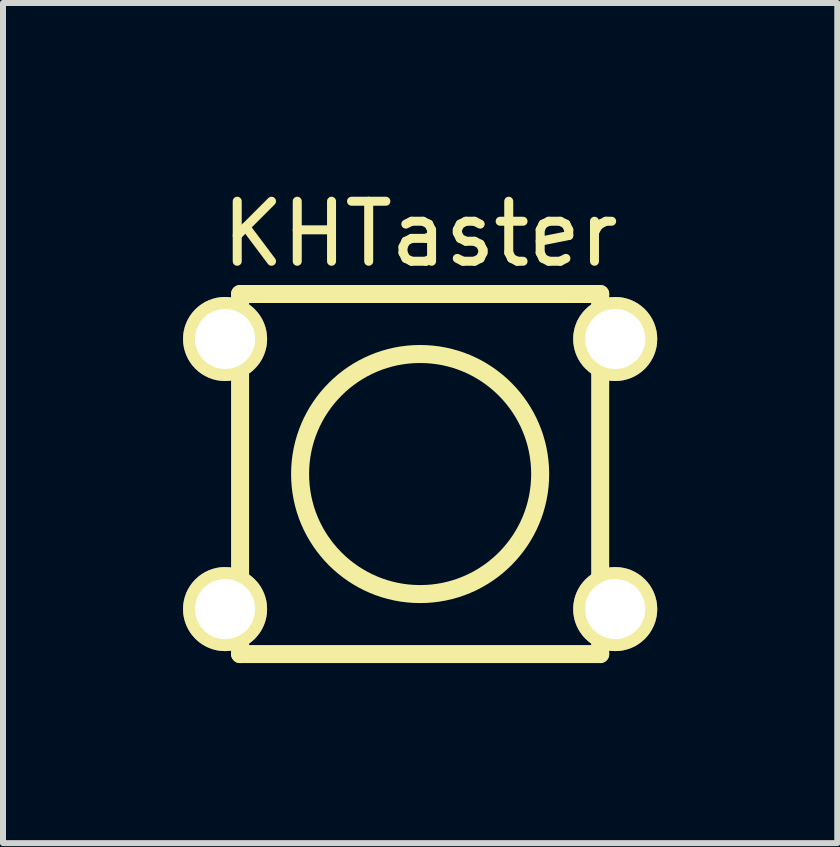
<source format=kicad_pcb>
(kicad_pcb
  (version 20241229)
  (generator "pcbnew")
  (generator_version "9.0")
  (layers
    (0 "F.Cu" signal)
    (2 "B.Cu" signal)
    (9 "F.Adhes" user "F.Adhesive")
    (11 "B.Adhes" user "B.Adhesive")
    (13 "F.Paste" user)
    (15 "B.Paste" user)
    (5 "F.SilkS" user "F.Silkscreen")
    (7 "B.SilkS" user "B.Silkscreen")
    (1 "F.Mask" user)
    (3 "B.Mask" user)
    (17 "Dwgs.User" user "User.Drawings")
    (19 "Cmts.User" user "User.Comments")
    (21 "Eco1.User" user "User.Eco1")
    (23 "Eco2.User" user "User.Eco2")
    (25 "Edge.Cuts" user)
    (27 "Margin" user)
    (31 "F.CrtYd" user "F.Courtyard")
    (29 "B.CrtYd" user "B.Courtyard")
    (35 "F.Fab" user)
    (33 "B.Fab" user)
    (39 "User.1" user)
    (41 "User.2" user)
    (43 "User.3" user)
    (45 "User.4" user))
  (footprint "KHTaster"
    (layer "F.Cu")
    (at 3.95 4.848)
    (property "Reference" "KHTaster" (at 0 -4 0) (layer "F.SilkS") (effects (font (size 1 1) (thickness 0.15))))
    (attr through_hole)
    (fp_line (start -3 -3) (end -3 3) (stroke (width 0.3) (type solid)) (layer "F.SilkS"))
    (fp_line (start -3 3) (end 3 3) (stroke (width 0.3) (type solid)) (layer "F.SilkS"))
    (fp_line (start 3 -3) (end -3 -3) (stroke (width 0.3) (type solid)) (layer "F.SilkS"))
    (fp_line (start 3 3) (end 3 -3) (stroke (width 0.3) (type solid)) (layer "F.SilkS"))
    (fp_circle (center 0 0) (end 0 -2) (stroke (width 0.3) (type solid)) (fill no) (layer "F.SilkS"))
    (pad "1" thru_hole circle (at 3.25 2.25) (size 1.4 1.4) (drill 1) (layers "*.Cu" "*.Mask" "F.SilkS"))
    (pad "2" thru_hole circle (at 3.25 -2.25) (size 1.4 1.4) (drill 1) (layers "*.Cu" "*.Mask" "F.SilkS"))
    (pad "3" thru_hole circle (at -3.25 -2.25) (size 1.4 1.4) (drill 1) (layers "*.Cu" "*.Mask" "F.SilkS"))
    (pad "4" thru_hole circle (at -3.25 2.25) (size 1.4 1.4) (drill 1) (layers "*.Cu" "*.Mask" "F.SilkS")))
  (gr_rect
    (start -3 -3)
    (end 10.9 10.998)
    (stroke (width 0.1) (type default))
    (fill no)
    (layer "Edge.Cuts")))
</source>
